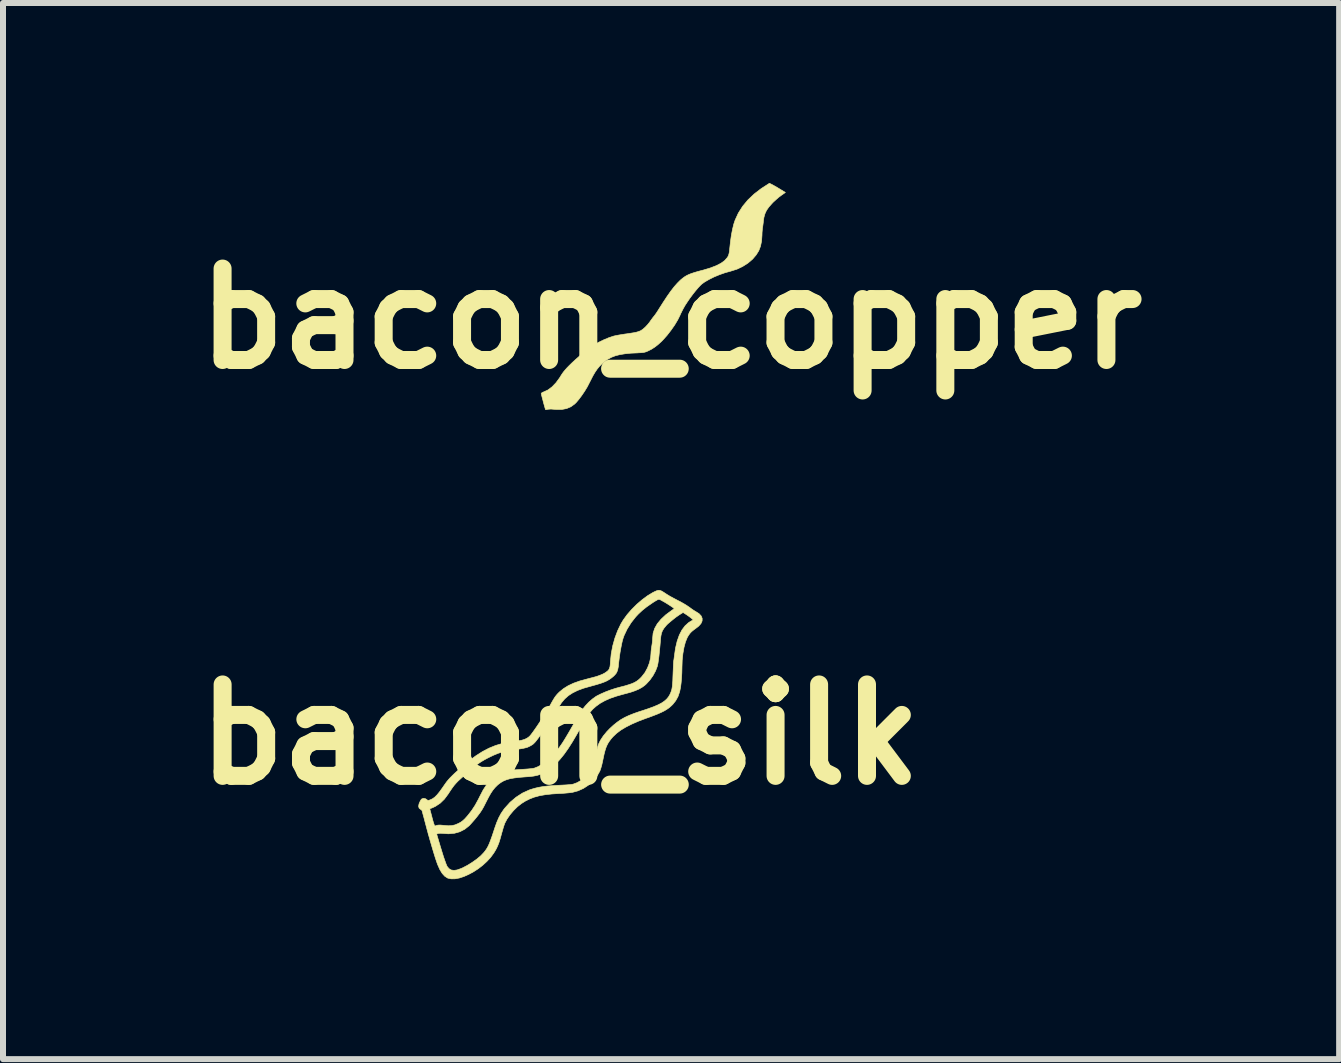
<source format=kicad_pcb>
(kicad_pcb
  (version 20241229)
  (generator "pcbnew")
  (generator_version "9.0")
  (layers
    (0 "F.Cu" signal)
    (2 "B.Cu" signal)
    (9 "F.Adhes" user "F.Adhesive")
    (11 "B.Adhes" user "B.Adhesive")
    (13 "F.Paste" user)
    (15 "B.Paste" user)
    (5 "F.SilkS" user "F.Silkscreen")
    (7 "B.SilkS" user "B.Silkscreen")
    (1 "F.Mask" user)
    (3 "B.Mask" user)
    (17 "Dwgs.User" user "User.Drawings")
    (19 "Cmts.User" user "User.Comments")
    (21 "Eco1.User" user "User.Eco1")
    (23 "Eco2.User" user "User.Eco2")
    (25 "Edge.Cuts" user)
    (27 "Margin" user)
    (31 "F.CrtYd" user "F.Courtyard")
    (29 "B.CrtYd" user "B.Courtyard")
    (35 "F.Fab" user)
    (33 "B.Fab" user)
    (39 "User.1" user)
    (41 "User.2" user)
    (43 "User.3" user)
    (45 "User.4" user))
  (footprint "bacon_copper"
    (layer "F.Cu")
    (at 8.135 2.261)
    (property "Reference" "bacon_copper" (at 0 0 0) (layer "F.SilkS") (effects (font (size 1.524 1.524) (thickness 0.3))))
    (attr through_hole)
    (fp_poly (pts (xy 1.685 -2.234) (xy 1.712 -2.219) (xy 1.75 -2.198) (xy 1.791 -2.173) (xy 1.818 -2.157) (xy 1.906 -2.103) (xy 1.832 -2.051) (xy 1.792 -2.021) (xy 1.748 -1.982) (xy 1.704 -1.942) (xy 1.684 -1.921) (xy 1.63 -1.86) (xy 1.591 -1.804) (xy 1.565 -1.747) (xy 1.548 -1.686) (xy 1.542 -1.645) (xy 1.537 -1.6) (xy 1.531 -1.555) (xy 1.526 -1.518) (xy 1.525 -1.515) (xy 1.521 -1.478) (xy 1.517 -1.433) (xy 1.516 -1.39) (xy 1.509 -1.292) (xy 1.491 -1.206) (xy 1.462 -1.131) (xy 1.419 -1.062) (xy 1.362 -0.995) (xy 1.355 -0.988) (xy 1.281 -0.925) (xy 1.193 -0.869) (xy 1.098 -0.824) (xy 1 -0.793) (xy 0.99 -0.79) (xy 0.9 -0.765) (xy 0.809 -0.733) (xy 0.719 -0.696) (xy 0.635 -0.654) (xy 0.562 -0.612) (xy 0.512 -0.576) (xy 0.483 -0.548) (xy 0.446 -0.508) (xy 0.404 -0.458) (xy 0.36 -0.402) (xy 0.316 -0.343) (xy 0.275 -0.283) (xy 0.238 -0.227) (xy 0.229 -0.212) (xy 0.203 -0.166) (xy 0.177 -0.115) (xy 0.154 -0.068) (xy 0.152 -0.061) (xy 0.112 0.02) (xy 0.06 0.107) (xy -0.001 0.194) (xy -0.066 0.278) (xy -0.133 0.353) (xy -0.161 0.382) (xy -0.22 0.435) (xy -0.273 0.476) (xy -0.328 0.511) (xy -0.382 0.538) (xy -0.411 0.551) (xy -0.437 0.559) (xy -0.465 0.565) (xy -0.5 0.568) (xy -0.549 0.57) (xy -0.553 0.571) (xy -0.669 0.576) (xy -0.768 0.586) (xy -0.853 0.6) (xy -0.928 0.619) (xy -0.993 0.644) (xy -1.052 0.676) (xy -1.108 0.715) (xy -1.153 0.755) (xy -1.194 0.796) (xy -1.231 0.841) (xy -1.267 0.894) (xy -1.304 0.957) (xy -1.343 1.034) (xy -1.358 1.063) (xy -1.396 1.137) (xy -1.441 1.211) (xy -1.489 1.282) (xy -1.537 1.346) (xy -1.582 1.399) (xy -1.608 1.424) (xy -1.67 1.469) (xy -1.741 1.499) (xy -1.82 1.514) (xy -1.911 1.514) (xy -1.942 1.512) (xy -2.001 1.507) (xy -2.043 1.51) (xy -2.057 1.512) (xy -2.079 1.517) (xy -2.091 1.517) (xy -2.092 1.516) (xy -2.096 1.504) (xy -2.104 1.478) (xy -2.114 1.442) (xy -2.126 1.4) (xy -2.137 1.356) (xy -2.148 1.315) (xy -2.157 1.28) (xy -2.162 1.256) (xy -2.164 1.248) (xy -2.156 1.238) (xy -2.135 1.226) (xy -2.124 1.222) (xy -2.052 1.189) (xy -1.983 1.137) (xy -1.916 1.067) (xy -1.852 0.979) (xy -1.841 0.96) (xy -1.818 0.924) (xy -1.794 0.89) (xy -1.766 0.856) (xy -1.734 0.82) (xy -1.696 0.781) (xy -1.651 0.737) (xy -1.596 0.686) (xy -1.53 0.628) (xy -1.452 0.559) (xy -1.421 0.533) (xy -1.361 0.487) (xy -1.288 0.44) (xy -1.206 0.394) (xy -1.121 0.353) (xy -1.037 0.318) (xy -0.959 0.292) (xy -0.956 0.291) (xy -0.921 0.283) (xy -0.874 0.274) (xy -0.819 0.265) (xy -0.763 0.256) (xy -0.751 0.255) (xy -0.678 0.244) (xy -0.621 0.235) (xy -0.577 0.226) (xy -0.543 0.216) (xy -0.515 0.205) (xy -0.504 0.2) (xy -0.471 0.178) (xy -0.432 0.144) (xy -0.393 0.103) (xy -0.357 0.059) (xy -0.346 0.042) (xy -0.322 0.009) (xy -0.299 -0.022) (xy -0.282 -0.042) (xy -0.267 -0.062) (xy -0.245 -0.093) (xy -0.22 -0.131) (xy -0.202 -0.16) (xy -0.129 -0.275) (xy -0.063 -0.375) (xy -0.003 -0.46) (xy 0.053 -0.532) (xy 0.106 -0.592) (xy 0.156 -0.642) (xy 0.192 -0.672) (xy 0.223 -0.695) (xy 0.255 -0.715) (xy 0.291 -0.733) (xy 0.333 -0.75) (xy 0.384 -0.767) (xy 0.448 -0.786) (xy 0.527 -0.807) (xy 0.536 -0.809) (xy 0.653 -0.844) (xy 0.752 -0.882) (xy 0.832 -0.923) (xy 0.894 -0.968) (xy 0.937 -1.017) (xy 0.945 -1.029) (xy 0.957 -1.052) (xy 0.965 -1.078) (xy 0.972 -1.111) (xy 0.977 -1.157) (xy 0.979 -1.177) (xy 0.991 -1.288) (xy 1.006 -1.394) (xy 1.025 -1.491) (xy 1.046 -1.577) (xy 1.068 -1.642) (xy 1.122 -1.76) (xy 1.194 -1.873) (xy 1.282 -1.979) (xy 1.385 -2.077) (xy 1.502 -2.167) (xy 1.527 -2.183) (xy 1.64 -2.256) (xy 1.685 -2.234)) (stroke (width 0.01) (type solid)) (fill yes) (layer "F.SilkS")))
  (footprint "bacon_silk"
    (layer "F.Cu")
    (at 6.285 9.193)
    (property "Reference" "bacon_silk" (at 0 0 0) (layer "F.SilkS") (effects (font (size 1.524 1.524) (thickness 0.3))))
    (attr through_hole)
    (fp_poly (pts (xy 1.665 -2.402) (xy 1.694 -2.391) (xy 1.73 -2.369) (xy 1.757 -2.351) (xy 1.791 -2.329) (xy 1.836 -2.302) (xy 1.888 -2.274) (xy 1.941 -2.246) (xy 1.956 -2.238) (xy 2.009 -2.211) (xy 2.062 -2.181) (xy 2.11 -2.152) (xy 2.148 -2.126) (xy 2.156 -2.121) (xy 2.192 -2.094) (xy 2.227 -2.07) (xy 2.255 -2.053) (xy 2.262 -2.049) (xy 2.316 -2.015) (xy 2.352 -1.977) (xy 2.369 -1.936) (xy 2.368 -1.893) (xy 2.349 -1.85) (xy 2.311 -1.807) (xy 2.278 -1.781) (xy 2.228 -1.744) (xy 2.19 -1.713) (xy 2.162 -1.682) (xy 2.139 -1.649) (xy 2.12 -1.616) (xy 2.09 -1.542) (xy 2.066 -1.453) (xy 2.048 -1.351) (xy 2.036 -1.239) (xy 2.032 -1.119) (xy 2.032 -1.113) (xy 2.03 -1.027) (xy 2.025 -0.941) (xy 2.018 -0.86) (xy 2.009 -0.789) (xy 1.997 -0.73) (xy 1.994 -0.715) (xy 1.966 -0.633) (xy 1.928 -0.564) (xy 1.879 -0.502) (xy 1.853 -0.477) (xy 1.819 -0.447) (xy 1.782 -0.421) (xy 1.739 -0.395) (xy 1.689 -0.37) (xy 1.628 -0.343) (xy 1.554 -0.314) (xy 1.466 -0.281) (xy 1.444 -0.274) (xy 1.311 -0.224) (xy 1.196 -0.174) (xy 1.097 -0.124) (xy 1.012 -0.073) (xy 0.941 -0.019) (xy 0.882 0.037) (xy 0.851 0.073) (xy 0.823 0.11) (xy 0.8 0.145) (xy 0.781 0.182) (xy 0.764 0.223) (xy 0.749 0.271) (xy 0.734 0.329) (xy 0.719 0.4) (xy 0.706 0.462) (xy 0.695 0.51) (xy 0.681 0.559) (xy 0.667 0.6) (xy 0.662 0.612) (xy 0.614 0.697) (xy 0.551 0.774) (xy 0.476 0.842) (xy 0.39 0.898) (xy 0.299 0.939) (xy 0.211 0.963) (xy 0.174 0.969) (xy 0.123 0.974) (xy 0.066 0.979) (xy 0.007 0.983) (xy -0.01 0.983) (xy -0.135 0.991) (xy -0.244 1.003) (xy -0.341 1.02) (xy -0.427 1.043) (xy -0.505 1.073) (xy -0.579 1.11) (xy -0.644 1.151) (xy -0.71 1.203) (xy -0.775 1.267) (xy -0.835 1.338) (xy -0.885 1.411) (xy -0.922 1.481) (xy -0.931 1.507) (xy -0.944 1.546) (xy -0.958 1.594) (xy -0.973 1.646) (xy -0.978 1.665) (xy -0.999 1.74) (xy -1.018 1.801) (xy -1.038 1.852) (xy -1.059 1.898) (xy -1.085 1.944) (xy -1.106 1.978) (xy -1.158 2.049) (xy -1.22 2.116) (xy -1.29 2.18) (xy -1.365 2.238) (xy -1.444 2.289) (xy -1.524 2.332) (xy -1.603 2.367) (xy -1.679 2.392) (xy -1.75 2.405) (xy -1.815 2.406) (xy -1.87 2.394) (xy -1.877 2.391) (xy -1.923 2.361) (xy -1.965 2.314) (xy -2.004 2.25) (xy -2.041 2.167) (xy -2.057 2.122) (xy -2.081 2.05) (xy -2.108 1.963) (xy -2.137 1.865) (xy -2.168 1.759) (xy -2.196 1.659) (xy -2.057 1.659) (xy -2.022 1.777) (xy -1.993 1.874) (xy -1.966 1.962) (xy -1.942 2.039) (xy -1.92 2.102) (xy -1.902 2.152) (xy -1.888 2.186) (xy -1.882 2.199) (xy -1.851 2.236) (xy -1.814 2.258) (xy -1.769 2.265) (xy -1.715 2.257) (xy -1.651 2.234) (xy -1.619 2.22) (xy -1.541 2.179) (xy -1.464 2.131) (xy -1.392 2.08) (xy -1.33 2.029) (xy -1.298 1.997) (xy -1.268 1.965) (xy -1.243 1.933) (xy -1.22 1.899) (xy -1.199 1.861) (xy -1.178 1.815) (xy -1.157 1.76) (xy -1.133 1.694) (xy -1.106 1.613) (xy -1.091 1.566) (xy -1.057 1.47) (xy -1.022 1.388) (xy -0.984 1.317) (xy -0.94 1.252) (xy -0.924 1.231) (xy -0.833 1.13) (xy -0.733 1.045) (xy -0.626 0.976) (xy -0.512 0.924) (xy -0.492 0.917) (xy -0.426 0.897) (xy -0.359 0.881) (xy -0.286 0.868) (xy -0.204 0.858) (xy -0.11 0.851) (xy -0.019 0.846) (xy 0.042 0.843) (xy 0.1 0.84) (xy 0.15 0.836) (xy 0.189 0.832) (xy 0.214 0.828) (xy 0.216 0.828) (xy 0.286 0.802) (xy 0.356 0.761) (xy 0.422 0.708) (xy 0.479 0.647) (xy 0.525 0.581) (xy 0.551 0.525) (xy 0.558 0.501) (xy 0.568 0.463) (xy 0.579 0.416) (xy 0.59 0.365) (xy 0.592 0.353) (xy 0.604 0.3) (xy 0.616 0.248) (xy 0.628 0.203) (xy 0.638 0.171) (xy 0.639 0.166) (xy 0.672 0.098) (xy 0.72 0.025) (xy 0.779 -0.047) (xy 0.83 -0.1) (xy 0.892 -0.157) (xy 0.952 -0.205) (xy 1.012 -0.247) (xy 1.077 -0.284) (xy 1.15 -0.318) (xy 1.233 -0.351) (xy 1.331 -0.385) (xy 1.364 -0.395) (xy 1.469 -0.43) (xy 1.557 -0.462) (xy 1.63 -0.493) (xy 1.689 -0.523) (xy 1.737 -0.555) (xy 1.776 -0.589) (xy 1.807 -0.626) (xy 1.831 -0.667) (xy 1.847 -0.703) (xy 1.855 -0.726) (xy 1.862 -0.749) (xy 1.867 -0.774) (xy 1.872 -0.805) (xy 1.875 -0.843) (xy 1.879 -0.892) (xy 1.881 -0.953) (xy 1.884 -1.029) (xy 1.886 -1.072) (xy 1.888 -1.123) (xy 1.89 -1.169) (xy 1.892 -1.205) (xy 1.894 -1.228) (xy 1.895 -1.232) (xy 1.899 -1.256) (xy 1.903 -1.288) (xy 1.905 -1.303) (xy 1.924 -1.438) (xy 1.952 -1.556) (xy 1.988 -1.658) (xy 2.032 -1.743) (xy 2.084 -1.812) (xy 2.144 -1.866) (xy 2.171 -1.883) (xy 2.22 -1.911) (xy 2.184 -1.942) (xy 2.154 -1.965) (xy 2.119 -1.99) (xy 2.099 -2.003) (xy 2.051 -2.034) (xy 2.016 -2.013) (xy 1.976 -1.987) (xy 1.929 -1.954) (xy 1.881 -1.916) (xy 1.835 -1.878) (xy 1.795 -1.844) (xy 1.767 -1.815) (xy 1.766 -1.813) (xy 1.731 -1.77) (xy 1.707 -1.731) (xy 1.691 -1.69) (xy 1.681 -1.642) (xy 1.674 -1.582) (xy 1.674 -1.577) (xy 1.666 -1.48) (xy 1.657 -1.39) (xy 1.649 -1.31) (xy 1.64 -1.241) (xy 1.632 -1.186) (xy 1.624 -1.148) (xy 1.622 -1.139) (xy 1.592 -1.06) (xy 1.549 -0.981) (xy 1.496 -0.906) (xy 1.438 -0.843) (xy 1.409 -0.817) (xy 1.364 -0.785) (xy 1.313 -0.757) (xy 1.253 -0.731) (xy 1.181 -0.706) (xy 1.095 -0.682) (xy 1.063 -0.674) (xy 0.942 -0.64) (xy 0.837 -0.604) (xy 0.747 -0.564) (xy 0.668 -0.52) (xy 0.599 -0.47) (xy 0.545 -0.422) (xy 0.528 -0.403) (xy 0.511 -0.383) (xy 0.493 -0.36) (xy 0.473 -0.332) (xy 0.45 -0.296) (xy 0.423 -0.252) (xy 0.391 -0.198) (xy 0.353 -0.132) (xy 0.307 -0.051) (xy 0.279 -0.001) (xy 0.204 0.126) (xy 0.133 0.237) (xy 0.064 0.334) (xy -0.003 0.416) (xy -0.07 0.487) (xy -0.139 0.548) (xy -0.211 0.6) (xy -0.247 0.623) (xy -0.293 0.648) (xy -0.338 0.668) (xy -0.385 0.682) (xy -0.44 0.693) (xy -0.505 0.701) (xy -0.578 0.706) (xy -0.678 0.714) (xy -0.761 0.724) (xy -0.832 0.736) (xy -0.891 0.753) (xy -0.942 0.774) (xy -0.987 0.8) (xy -1.03 0.832) (xy -1.048 0.848) (xy -1.085 0.885) (xy -1.12 0.928) (xy -1.155 0.98) (xy -1.19 1.042) (xy -1.23 1.12) (xy -1.239 1.138) (xy -1.271 1.201) (xy -1.301 1.254) (xy -1.334 1.304) (xy -1.375 1.358) (xy -1.387 1.373) (xy -1.422 1.416) (xy -1.457 1.456) (xy -1.488 1.491) (xy -1.511 1.516) (xy -1.516 1.521) (xy -1.589 1.579) (xy -1.671 1.621) (xy -1.76 1.646) (xy -1.859 1.655) (xy -1.961 1.648) (xy -1.994 1.646) (xy -2.023 1.648) (xy -2.033 1.65) (xy -2.057 1.659) (xy -2.196 1.659) (xy -2.199 1.649) (xy -2.229 1.538) (xy -2.235 1.515) (xy -2.252 1.451) (xy -2.267 1.393) (xy -2.281 1.343) (xy -2.291 1.305) (xy -2.298 1.279) (xy -2.3 1.27) (xy -2.312 1.255) (xy -2.326 1.246) (xy -2.335 1.239) (xy -2.17 1.239) (xy -2.169 1.249) (xy -2.165 1.264) (xy -2.157 1.293) (xy -2.147 1.332) (xy -2.135 1.377) (xy -2.135 1.378) (xy -2.119 1.438) (xy -2.106 1.481) (xy -2.096 1.508) (xy -2.088 1.522) (xy -2.084 1.524) (xy -2.073 1.521) (xy -2.054 1.514) (xy -2.032 1.51) (xy -1.999 1.509) (xy -1.952 1.513) (xy -1.933 1.515) (xy -1.863 1.521) (xy -1.803 1.518) (xy -1.75 1.506) (xy -1.698 1.484) (xy -1.687 1.479) (xy -1.65 1.458) (xy -1.618 1.434) (xy -1.587 1.405) (xy -1.552 1.366) (xy -1.534 1.345) (xy -1.472 1.265) (xy -1.415 1.178) (xy -1.361 1.079) (xy -1.332 1.021) (xy -1.281 0.923) (xy -1.229 0.843) (xy -1.173 0.776) (xy -1.112 0.721) (xy -1.044 0.676) (xy -1.005 0.655) (xy -0.96 0.634) (xy -0.917 0.618) (xy -0.872 0.606) (xy -0.822 0.597) (xy -0.762 0.59) (xy -0.689 0.584) (xy -0.649 0.582) (xy -0.59 0.578) (xy -0.534 0.574) (xy -0.485 0.569) (xy -0.448 0.564) (xy -0.428 0.56) (xy -0.365 0.535) (xy -0.297 0.496) (xy -0.226 0.444) (xy -0.156 0.381) (xy -0.09 0.311) (xy -0.079 0.299) (xy -0.046 0.258) (xy -0.015 0.219) (xy 0.014 0.178) (xy 0.044 0.134) (xy 0.076 0.083) (xy 0.112 0.023) (xy 0.154 -0.048) (xy 0.202 -0.132) (xy 0.238 -0.194) (xy 0.273 -0.255) (xy 0.307 -0.311) (xy 0.337 -0.36) (xy 0.361 -0.397) (xy 0.372 -0.415) (xy 0.422 -0.478) (xy 0.479 -0.539) (xy 0.54 -0.592) (xy 0.598 -0.634) (xy 0.613 -0.643) (xy 0.677 -0.675) (xy 0.754 -0.709) (xy 0.838 -0.741) (xy 0.923 -0.769) (xy 1.001 -0.79) (xy 1.082 -0.811) (xy 1.147 -0.831) (xy 1.2 -0.849) (xy 1.244 -0.869) (xy 1.281 -0.891) (xy 1.315 -0.917) (xy 1.348 -0.949) (xy 1.362 -0.964) (xy 1.415 -1.032) (xy 1.458 -1.111) (xy 1.491 -1.197) (xy 1.51 -1.284) (xy 1.515 -1.346) (xy 1.517 -1.383) (xy 1.522 -1.429) (xy 1.529 -1.473) (xy 1.529 -1.474) (xy 1.536 -1.519) (xy 1.541 -1.566) (xy 1.543 -1.604) (xy 1.551 -1.688) (xy 1.577 -1.768) (xy 1.621 -1.846) (xy 1.683 -1.921) (xy 1.762 -1.995) (xy 1.832 -2.047) (xy 1.862 -2.069) (xy 1.887 -2.086) (xy 1.901 -2.097) (xy 1.903 -2.098) (xy 1.898 -2.104) (xy 1.88 -2.118) (xy 1.852 -2.137) (xy 1.817 -2.16) (xy 1.779 -2.184) (xy 1.741 -2.207) (xy 1.705 -2.227) (xy 1.676 -2.243) (xy 1.664 -2.249) (xy 1.653 -2.252) (xy 1.641 -2.252) (xy 1.625 -2.246) (xy 1.602 -2.233) (xy 1.568 -2.213) (xy 1.532 -2.189) (xy 1.444 -2.128) (xy 1.37 -2.069) (xy 1.305 -2.008) (xy 1.261 -1.961) (xy 1.184 -1.863) (xy 1.118 -1.757) (xy 1.067 -1.649) (xy 1.053 -1.61) (xy 1.04 -1.568) (xy 1.027 -1.511) (xy 1.014 -1.444) (xy 1.001 -1.372) (xy 0.99 -1.298) (xy 0.981 -1.227) (xy 0.977 -1.192) (xy 0.971 -1.131) (xy 0.962 -1.084) (xy 0.95 -1.048) (xy 0.934 -1.018) (xy 0.91 -0.99) (xy 0.892 -0.972) (xy 0.857 -0.943) (xy 0.82 -0.917) (xy 0.78 -0.894) (xy 0.732 -0.873) (xy 0.674 -0.852) (xy 0.604 -0.831) (xy 0.518 -0.807) (xy 0.503 -0.803) (xy 0.39 -0.771) (xy 0.293 -0.735) (xy 0.21 -0.694) (xy 0.139 -0.648) (xy 0.078 -0.594) (xy 0.025 -0.531) (xy -0.023 -0.456) (xy -0.043 -0.42) (xy -0.064 -0.383) (xy -0.091 -0.338) (xy -0.12 -0.292) (xy -0.136 -0.269) (xy -0.198 -0.178) (xy -0.251 -0.1) (xy -0.295 -0.036) (xy -0.332 0.017) (xy -0.363 0.06) (xy -0.389 0.094) (xy -0.41 0.121) (xy -0.429 0.141) (xy -0.445 0.157) (xy -0.461 0.169) (xy -0.477 0.179) (xy -0.494 0.189) (xy -0.498 0.191) (xy -0.522 0.203) (xy -0.547 0.214) (xy -0.577 0.222) (xy -0.615 0.231) (xy -0.663 0.239) (xy -0.725 0.248) (xy -0.775 0.255) (xy -0.87 0.27) (xy -0.953 0.289) (xy -1.031 0.313) (xy -1.111 0.346) (xy -1.196 0.387) (xy -1.262 0.422) (xy -1.319 0.456) (xy -1.373 0.493) (xy -1.429 0.536) (xy -1.49 0.589) (xy -1.509 0.605) (xy -1.552 0.644) (xy -1.599 0.685) (xy -1.643 0.724) (xy -1.667 0.746) (xy -1.704 0.78) (xy -1.736 0.814) (xy -1.768 0.851) (xy -1.801 0.896) (xy -1.839 0.952) (xy -1.864 0.991) (xy -1.928 1.077) (xy -1.997 1.144) (xy -2.072 1.194) (xy -2.081 1.199) (xy -2.114 1.215) (xy -2.142 1.227) (xy -2.159 1.232) (xy -2.161 1.232) (xy -2.17 1.239) (xy -2.335 1.239) (xy -2.349 1.227) (xy -2.358 1.197) (xy -2.351 1.157) (xy -2.343 1.137) (xy -2.329 1.107) (xy -2.315 1.084) (xy -2.307 1.075) (xy -2.279 1.064) (xy -2.248 1.068) (xy -2.223 1.083) (xy -2.209 1.095) (xy -2.197 1.099) (xy -2.179 1.094) (xy -2.16 1.087) (xy -2.124 1.07) (xy -2.087 1.043) (xy -2.05 1.006) (xy -2.009 0.956) (xy -1.962 0.891) (xy -1.949 0.872) (xy -1.919 0.829) (xy -1.892 0.791) (xy -1.864 0.757) (xy -1.835 0.724) (xy -1.8 0.689) (xy -1.759 0.649) (xy -1.708 0.603) (xy -1.646 0.548) (xy -1.64 0.542) (xy -1.519 0.441) (xy -1.405 0.356) (xy -1.294 0.285) (xy -1.185 0.228) (xy -1.075 0.183) (xy -0.962 0.149) (xy -0.845 0.126) (xy -0.777 0.117) (xy -0.699 0.106) (xy -0.638 0.095) (xy -0.589 0.08) (xy -0.55 0.061) (xy -0.518 0.038) (xy -0.503 0.024) (xy -0.483 0.000159) (xy -0.455 -0.037) (xy -0.421 -0.085) (xy -0.382 -0.141) (xy -0.342 -0.201) (xy -0.301 -0.264) (xy -0.261 -0.326) (xy -0.224 -0.385) (xy -0.193 -0.437) (xy -0.17 -0.478) (xy -0.136 -0.54) (xy -0.108 -0.588) (xy -0.084 -0.626) (xy -0.06 -0.657) (xy -0.034 -0.686) (xy -0.008 -0.711) (xy 0.058 -0.765) (xy 0.135 -0.813) (xy 0.224 -0.855) (xy 0.328 -0.892) (xy 0.449 -0.925) (xy 0.456 -0.927) (xy 0.541 -0.949) (xy 0.611 -0.968) (xy 0.666 -0.988) (xy 0.712 -1.007) (xy 0.749 -1.027) (xy 0.762 -1.036) (xy 0.791 -1.057) (xy 0.811 -1.078) (xy 0.824 -1.103) (xy 0.833 -1.135) (xy 0.838 -1.18) (xy 0.84 -1.218) (xy 0.853 -1.347) (xy 0.878 -1.478) (xy 0.914 -1.607) (xy 0.96 -1.73) (xy 1.014 -1.843) (xy 1.055 -1.911) (xy 1.119 -1.999) (xy 1.195 -2.086) (xy 1.279 -2.17) (xy 1.368 -2.246) (xy 1.458 -2.313) (xy 1.546 -2.366) (xy 1.578 -2.382) (xy 1.612 -2.397) (xy 1.64 -2.404) (xy 1.665 -2.402)) (stroke (width 0.01) (type solid)) (fill yes) (layer "F.SilkS")))
  (gr_rect
    (start -3 -3)
    (end 19.271 14.604)
    (stroke (width 0.1) (type default))
    (fill no)
    (layer "Edge.Cuts")))
</source>
